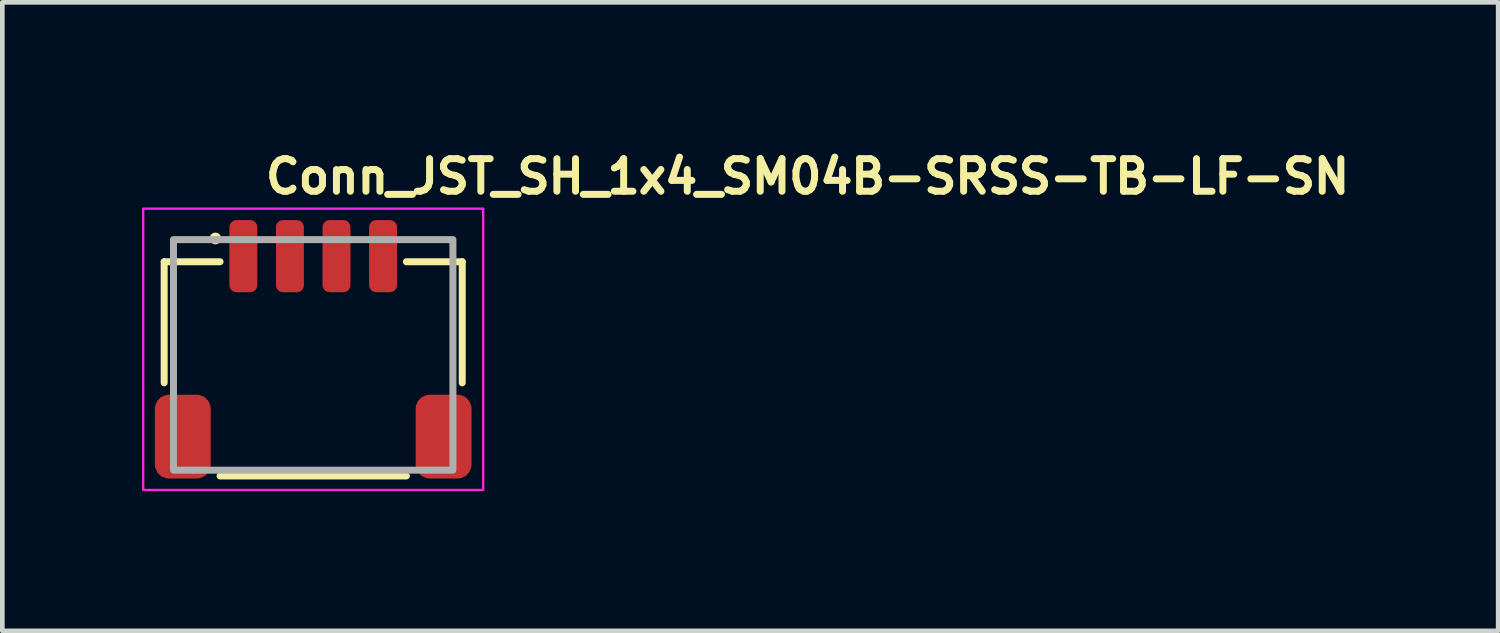
<source format=kicad_pcb>
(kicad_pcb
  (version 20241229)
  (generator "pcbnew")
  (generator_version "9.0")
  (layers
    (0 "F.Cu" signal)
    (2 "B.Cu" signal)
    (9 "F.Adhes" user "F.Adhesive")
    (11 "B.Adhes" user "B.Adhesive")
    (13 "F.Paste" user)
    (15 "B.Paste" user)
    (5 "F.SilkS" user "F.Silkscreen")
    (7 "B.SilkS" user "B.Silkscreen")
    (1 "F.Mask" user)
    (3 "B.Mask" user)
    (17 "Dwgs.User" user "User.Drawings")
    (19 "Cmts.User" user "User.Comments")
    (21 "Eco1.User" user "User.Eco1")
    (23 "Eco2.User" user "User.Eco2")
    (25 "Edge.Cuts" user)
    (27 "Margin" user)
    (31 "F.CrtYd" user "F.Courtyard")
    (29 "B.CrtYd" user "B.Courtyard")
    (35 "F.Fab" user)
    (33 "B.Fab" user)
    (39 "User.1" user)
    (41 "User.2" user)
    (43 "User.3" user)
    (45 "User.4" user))
  (footprint "Conn_JST_SH_1x4_SM04B-SRSS-TB-LF-SN"
    (layer "F.Cu")
    (at 3.675 4.57)
    (property "Reference" "Conn_JST_SH_1x4_SM04B-SRSS-TB-LF-SN" (at -1.1 -3.42 0) (layer "F.SilkS") (effects (font (size 0.7 0.7) (thickness 0.15)) (justify left bottom)))
    (attr smd)
    (fp_line (start -3.2 -2) (end -3.2 0.6) (stroke (width 0.15) (type solid)) (layer "F.SilkS"))
    (fp_line (start -2 -2) (end -3.2 -2) (stroke (width 0.15) (type solid)) (layer "F.SilkS"))
    (fp_line (start -2 2.6) (end 2 2.6) (stroke (width 0.15) (type solid)) (layer "F.SilkS"))
    (fp_line (start 2 -2) (end 3.2 -2) (stroke (width 0.15) (type solid)) (layer "F.SilkS"))
    (fp_line (start 3.2 -2) (end 3.2 0.6) (stroke (width 0.15) (type solid)) (layer "F.SilkS"))
    (fp_circle (center -2.1 -2.5) (end -2.05 -2.5) (stroke (width 0.15) (type solid)) (fill yes) (layer "F.SilkS"))
    (fp_rect (start -3.65 -3.14) (end 3.65 2.9) (stroke (width 0.05) (type solid)) (fill no) (layer "F.CrtYd"))
    (fp_rect (start -3 -2.475) (end 3 2.475) (stroke (width 0.15) (type solid)) (fill no) (layer "F.Fab"))
    (fp_rect (start -3 -2.475) (end 3 2.475) (stroke (width 0.1) (type solid)) (fill no) (layer "User.5"))
    (fp_line (start -3 -1.775) (end -3 -1.225) (stroke (width 0.02) (type solid)) (layer "User.9"))
    (fp_line (start -3 -1.225) (end -3 -0.575) (stroke (width 0.02) (type solid)) (layer "User.9"))
    (fp_line (start -3 -0.575) (end -3 -0.373) (stroke (width 0.02) (type solid)) (layer "User.9"))
    (fp_line (start -3 -0.373) (end -3 2.475) (stroke (width 0.02) (type solid)) (layer "User.9"))
    (fp_line (start -3 2.475) (end -2.76 2.475) (stroke (width 0.02) (type solid)) (layer "User.9"))
    (fp_line (start -2.76 -0.373) (end -3 -0.373) (stroke (width 0.02) (type solid)) (layer "User.9"))
    (fp_line (start -2.76 -0.286) (end -2.76 -0.373) (stroke (width 0.02) (type solid)) (layer "User.9"))
    (fp_line (start -2.76 2.475) (end -2.76 -0.286) (stroke (width 0.02) (type solid)) (layer "User.9"))
    (fp_line (start -2.76 2.475) (end 2.76 2.475) (stroke (width 0.02) (type solid)) (layer "User.9"))
    (fp_line (start -2.5 -1.775) (end -3 -1.775) (stroke (width 0.02) (type solid)) (layer "User.9"))
    (fp_line (start -2.5 -1.775) (end -1.8 -1.775) (stroke (width 0.02) (type solid)) (layer "User.9"))
    (fp_line (start -2.5 -1.225) (end -3 -1.225) (stroke (width 0.02) (type solid)) (layer "User.9"))
    (fp_line (start -2.5 -1.225) (end -2.5 -1.775) (stroke (width 0.02) (type solid)) (layer "User.9"))
    (fp_line (start -2.5 -1.225) (end -2.5 -0.286) (stroke (width 0.02) (type solid)) (layer "User.9"))
    (fp_line (start -2.5 -1.225) (end 2.5 -1.225) (stroke (width 0.02) (type solid)) (layer "User.9"))
    (fp_line (start -2.5 -0.575) (end -3 -0.575) (stroke (width 0.02) (type solid)) (layer "User.9"))
    (fp_line (start -2.5 -0.286) (end -2.76 -0.286) (stroke (width 0.02) (type solid)) (layer "User.9"))
    (fp_line (start -1.6 -2.475) (end -1.6 -2.474) (stroke (width 0.02) (type solid)) (layer "User.9"))
    (fp_line (start -1.6 -2.474) (end -1.6 -2.472) (stroke (width 0.02) (type solid)) (layer "User.9"))
    (fp_line (start -1.6 -2.472) (end -1.6 -2.469) (stroke (width 0.02) (type solid)) (layer "User.9"))
    (fp_line (start -1.6 -2.469) (end -1.6 -2.465) (stroke (width 0.02) (type solid)) (layer "User.9"))
    (fp_line (start -1.6 -2.465) (end -1.6 -2.46) (stroke (width 0.02) (type solid)) (layer "User.9"))
    (fp_line (start -1.6 -2.46) (end -1.6 -2.453) (stroke (width 0.02) (type solid)) (layer "User.9"))
    (fp_line (start -1.6 -2.453) (end -1.6 -2.446) (stroke (width 0.02) (type solid)) (layer "User.9"))
    (fp_line (start -1.6 -2.446) (end -1.6 -2.437) (stroke (width 0.02) (type solid)) (layer "User.9"))
    (fp_line (start -1.6 -2.437) (end -1.6 -2.428) (stroke (width 0.02) (type solid)) (layer "User.9"))
    (fp_line (start -1.6 -2.428) (end -1.6 -2.418) (stroke (width 0.02) (type solid)) (layer "User.9"))
    (fp_line (start -1.6 -2.418) (end -1.6 -2.408) (stroke (width 0.02) (type solid)) (layer "User.9"))
    (fp_line (start -1.6 -2.408) (end -1.6 -2.397) (stroke (width 0.02) (type solid)) (layer "User.9"))
    (fp_line (start -1.6 -2.397) (end -1.6 -2.386) (stroke (width 0.02) (type solid)) (layer "User.9"))
    (fp_line (start -1.6 -2.386) (end -1.6 -2.375) (stroke (width 0.02) (type solid)) (layer "User.9"))
    (fp_line (start -1.6 -2.375) (end -1.6 -1.996) (stroke (width 0.02) (type solid)) (layer "User.9"))
    (fp_line (start -1.6 -1.996) (end -1.6 -1.604) (stroke (width 0.02) (type solid)) (layer "User.9"))
    (fp_line (start -1.6 -1.604) (end -1.6 -1.6) (stroke (width 0.02) (type solid)) (layer "User.9"))
    (fp_line (start -1.6 -1.6) (end -1.6 -1.597) (stroke (width 0.02) (type solid)) (layer "User.9"))
    (fp_line (start -1.6 -1.597) (end -1.6 -1.593) (stroke (width 0.02) (type solid)) (layer "User.9"))
    (fp_line (start -1.6 -1.593) (end -1.6 -1.59) (stroke (width 0.02) (type solid)) (layer "User.9"))
    (fp_line (start -1.6 -1.59) (end -1.6 -1.587) (stroke (width 0.02) (type solid)) (layer "User.9"))
    (fp_line (start -1.6 -1.587) (end -1.6 -1.585) (stroke (width 0.02) (type solid)) (layer "User.9"))
    (fp_line (start -1.6 -1.585) (end -1.6 -1.583) (stroke (width 0.02) (type solid)) (layer "User.9"))
    (fp_line (start -1.6 -1.583) (end -1.6 -1.581) (stroke (width 0.02) (type solid)) (layer "User.9"))
    (fp_line (start -1.6 -1.581) (end -1.6 -1.579) (stroke (width 0.02) (type solid)) (layer "User.9"))
    (fp_line (start -1.6 -1.579) (end -1.6 -1.578) (stroke (width 0.02) (type solid)) (layer "User.9"))
    (fp_line (start -1.6 -1.578) (end -1.6 -1.576) (stroke (width 0.02) (type solid)) (layer "User.9"))
    (fp_line (start -1.6 -1.576) (end -1.6 -1.576) (stroke (width 0.02) (type solid)) (layer "User.9"))
    (fp_line (start -1.6 -1.576) (end -1.6 -1.575) (stroke (width 0.02) (type solid)) (layer "User.9"))
    (fp_line (start -1.6 -1.575) (end -1.8 -1.775) (stroke (width 0.02) (type solid)) (layer "User.9"))
    (fp_line (start -1.6 -1.575) (end -1.6 -1.575) (stroke (width 0.02) (type solid)) (layer "User.9"))
    (fp_line (start -1.6 -1.575) (end -1.6 -1.225) (stroke (width 0.02) (type solid)) (layer "User.9"))
    (fp_line (start -1.6 -1.475) (end -1.6 -1.325) (stroke (width 0.02) (type solid)) (layer "User.9"))
    (fp_line (start -1.4 -2.475) (end -1.6 -2.475) (stroke (width 0.02) (type solid)) (layer "User.9"))
    (fp_line (start -1.4 -2.475) (end -1.4 -2.474) (stroke (width 0.02) (type solid)) (layer "User.9"))
    (fp_line (start -1.4 -2.474) (end -1.4 -2.472) (stroke (width 0.02) (type solid)) (layer "User.9"))
    (fp_line (start -1.4 -2.472) (end -1.4 -2.469) (stroke (width 0.02) (type solid)) (layer "User.9"))
    (fp_line (start -1.4 -2.469) (end -1.4 -2.465) (stroke (width 0.02) (type solid)) (layer "User.9"))
    (fp_line (start -1.4 -2.465) (end -1.4 -2.46) (stroke (width 0.02) (type solid)) (layer "User.9"))
    (fp_line (start -1.4 -2.46) (end -1.4 -2.453) (stroke (width 0.02) (type solid)) (layer "User.9"))
    (fp_line (start -1.4 -2.453) (end -1.4 -2.446) (stroke (width 0.02) (type solid)) (layer "User.9"))
    (fp_line (start -1.4 -2.446) (end -1.4 -2.437) (stroke (width 0.02) (type solid)) (layer "User.9"))
    (fp_line (start -1.4 -2.437) (end -1.4 -2.428) (stroke (width 0.02) (type solid)) (layer "User.9"))
    (fp_line (start -1.4 -2.428) (end -1.4 -2.418) (stroke (width 0.02) (type solid)) (layer "User.9"))
    (fp_line (start -1.4 -2.418) (end -1.4 -2.408) (stroke (width 0.02) (type solid)) (layer "User.9"))
    (fp_line (start -1.4 -2.408) (end -1.4 -2.397) (stroke (width 0.02) (type solid)) (layer "User.9"))
    (fp_line (start -1.4 -2.397) (end -1.4 -2.386) (stroke (width 0.02) (type solid)) (layer "User.9"))
    (fp_line (start -1.4 -2.386) (end -1.4 -2.375) (stroke (width 0.02) (type solid)) (layer "User.9"))
    (fp_line (start -1.4 -2.375) (end -1.6 -2.375) (stroke (width 0.02) (type solid)) (layer "User.9"))
    (fp_line (start -1.4 -2.375) (end -1.4 -1.996) (stroke (width 0.02) (type solid)) (layer "User.9"))
    (fp_line (start -1.4 -1.996) (end -1.6 -1.996) (stroke (width 0.02) (type solid)) (layer "User.9"))
    (fp_line (start -1.4 -1.996) (end -1.4 -1.604) (stroke (width 0.02) (type solid)) (layer "User.9"))
    (fp_line (start -1.4 -1.604) (end -1.6 -1.604) (stroke (width 0.02) (type solid)) (layer "User.9"))
    (fp_line (start -1.4 -1.604) (end -1.4 -1.6) (stroke (width 0.02) (type solid)) (layer "User.9"))
    (fp_line (start -1.4 -1.6) (end -1.4 -1.597) (stroke (width 0.02) (type solid)) (layer "User.9"))
    (fp_line (start -1.4 -1.597) (end -1.4 -1.593) (stroke (width 0.02) (type solid)) (layer "User.9"))
    (fp_line (start -1.4 -1.593) (end -1.4 -1.59) (stroke (width 0.02) (type solid)) (layer "User.9"))
    (fp_line (start -1.4 -1.59) (end -1.4 -1.587) (stroke (width 0.02) (type solid)) (layer "User.9"))
    (fp_line (start -1.4 -1.587) (end -1.4 -1.585) (stroke (width 0.02) (type solid)) (layer "User.9"))
    (fp_line (start -1.4 -1.585) (end -1.4 -1.583) (stroke (width 0.02) (type solid)) (layer "User.9"))
    (fp_line (start -1.4 -1.583) (end -1.4 -1.581) (stroke (width 0.02) (type solid)) (layer "User.9"))
    (fp_line (start -1.4 -1.581) (end -1.4 -1.579) (stroke (width 0.02) (type solid)) (layer "User.9"))
    (fp_line (start -1.4 -1.579) (end -1.4 -1.578) (stroke (width 0.02) (type solid)) (layer "User.9"))
    (fp_line (start -1.4 -1.578) (end -1.4 -1.576) (stroke (width 0.02) (type solid)) (layer "User.9"))
    (fp_line (start -1.4 -1.576) (end -1.4 -1.576) (stroke (width 0.02) (type solid)) (layer "User.9"))
    (fp_line (start -1.4 -1.576) (end -1.4 -1.575) (stroke (width 0.02) (type solid)) (layer "User.9"))
    (fp_line (start -1.4 -1.575) (end -1.6 -1.575) (stroke (width 0.02) (type solid)) (layer "User.9"))
    (fp_line (start -1.4 -1.575) (end -1.4 -1.575) (stroke (width 0.02) (type solid)) (layer "User.9"))
    (fp_line (start -1.4 -1.575) (end -1.4 -1.225) (stroke (width 0.02) (type solid)) (layer "User.9"))
    (fp_line (start -1.4 -1.475) (end -1.6 -1.475) (stroke (width 0.02) (type solid)) (layer "User.9"))
    (fp_line (start -1.4 -1.475) (end -1.4 -1.325) (stroke (width 0.02) (type solid)) (layer "User.9"))
    (fp_line (start -1.4 -1.325) (end -1.6 -1.325) (stroke (width 0.02) (type solid)) (layer "User.9"))
    (fp_line (start -1.2 -1.775) (end -1.4 -1.575) (stroke (width 0.02) (type solid)) (layer "User.9"))
    (fp_line (start -1.2 -1.775) (end -0.8 -1.775) (stroke (width 0.02) (type solid)) (layer "User.9"))
    (fp_line (start -0.6 -2.475) (end -0.6 -2.474) (stroke (width 0.02) (type solid)) (layer "User.9"))
    (fp_line (start -0.6 -2.474) (end -0.6 -2.472) (stroke (width 0.02) (type solid)) (layer "User.9"))
    (fp_line (start -0.6 -2.472) (end -0.6 -2.469) (stroke (width 0.02) (type solid)) (layer "User.9"))
    (fp_line (start -0.6 -2.469) (end -0.6 -2.465) (stroke (width 0.02) (type solid)) (layer "User.9"))
    (fp_line (start -0.6 -2.465) (end -0.6 -2.46) (stroke (width 0.02) (type solid)) (layer "User.9"))
    (fp_line (start -0.6 -2.46) (end -0.6 -2.453) (stroke (width 0.02) (type solid)) (layer "User.9"))
    (fp_line (start -0.6 -2.453) (end -0.6 -2.446) (stroke (width 0.02) (type solid)) (layer "User.9"))
    (fp_line (start -0.6 -2.446) (end -0.6 -2.437) (stroke (width 0.02) (type solid)) (layer "User.9"))
    (fp_line (start -0.6 -2.437) (end -0.6 -2.428) (stroke (width 0.02) (type solid)) (layer "User.9"))
    (fp_line (start -0.6 -2.428) (end -0.6 -2.418) (stroke (width 0.02) (type solid)) (layer "User.9"))
    (fp_line (start -0.6 -2.418) (end -0.6 -2.408) (stroke (width 0.02) (type solid)) (layer "User.9"))
    (fp_line (start -0.6 -2.408) (end -0.6 -2.397) (stroke (width 0.02) (type solid)) (layer "User.9"))
    (fp_line (start -0.6 -2.397) (end -0.6 -2.386) (stroke (width 0.02) (type solid)) (layer "User.9"))
    (fp_line (start -0.6 -2.386) (end -0.6 -2.375) (stroke (width 0.02) (type solid)) (layer "User.9"))
    (fp_line (start -0.6 -2.375) (end -0.6 -1.996) (stroke (width 0.02) (type solid)) (layer "User.9"))
    (fp_line (start -0.6 -1.996) (end -0.6 -1.604) (stroke (width 0.02) (type solid)) (layer "User.9"))
    (fp_line (start -0.6 -1.604) (end -0.6 -1.6) (stroke (width 0.02) (type solid)) (layer "User.9"))
    (fp_line (start -0.6 -1.6) (end -0.6 -1.597) (stroke (width 0.02) (type solid)) (layer "User.9"))
    (fp_line (start -0.6 -1.597) (end -0.6 -1.593) (stroke (width 0.02) (type solid)) (layer "User.9"))
    (fp_line (start -0.6 -1.593) (end -0.6 -1.59) (stroke (width 0.02) (type solid)) (layer "User.9"))
    (fp_line (start -0.6 -1.59) (end -0.6 -1.587) (stroke (width 0.02) (type solid)) (layer "User.9"))
    (fp_line (start -0.6 -1.587) (end -0.6 -1.585) (stroke (width 0.02) (type solid)) (layer "User.9"))
    (fp_line (start -0.6 -1.585) (end -0.6 -1.583) (stroke (width 0.02) (type solid)) (layer "User.9"))
    (fp_line (start -0.6 -1.583) (end -0.6 -1.581) (stroke (width 0.02) (type solid)) (layer "User.9"))
    (fp_line (start -0.6 -1.581) (end -0.6 -1.579) (stroke (width 0.02) (type solid)) (layer "User.9"))
    (fp_line (start -0.6 -1.579) (end -0.6 -1.578) (stroke (width 0.02) (type solid)) (layer "User.9"))
    (fp_line (start -0.6 -1.578) (end -0.6 -1.576) (stroke (width 0.02) (type solid)) (layer "User.9"))
    (fp_line (start -0.6 -1.576) (end -0.6 -1.576) (stroke (width 0.02) (type solid)) (layer "User.9"))
    (fp_line (start -0.6 -1.576) (end -0.6 -1.575) (stroke (width 0.02) (type solid)) (layer "User.9"))
    (fp_line (start -0.6 -1.575) (end -0.8 -1.775) (stroke (width 0.02) (type solid)) (layer "User.9"))
    (fp_line (start -0.6 -1.575) (end -0.6 -1.575) (stroke (width 0.02) (type solid)) (layer "User.9"))
    (fp_line (start -0.6 -1.575) (end -0.6 -1.225) (stroke (width 0.02) (type solid)) (layer "User.9"))
    (fp_line (start -0.6 -1.475) (end -0.6 -1.325) (stroke (width 0.02) (type solid)) (layer "User.9"))
    (fp_line (start -0.4 -2.475) (end -0.6 -2.475) (stroke (width 0.02) (type solid)) (layer "User.9"))
    (fp_line (start -0.4 -2.475) (end -0.4 -2.474) (stroke (width 0.02) (type solid)) (layer "User.9"))
    (fp_line (start -0.4 -2.474) (end -0.4 -2.472) (stroke (width 0.02) (type solid)) (layer "User.9"))
    (fp_line (start -0.4 -2.472) (end -0.4 -2.469) (stroke (width 0.02) (type solid)) (layer "User.9"))
    (fp_line (start -0.4 -2.469) (end -0.4 -2.465) (stroke (width 0.02) (type solid)) (layer "User.9"))
    (fp_line (start -0.4 -2.465) (end -0.4 -2.46) (stroke (width 0.02) (type solid)) (layer "User.9"))
    (fp_line (start -0.4 -2.46) (end -0.4 -2.453) (stroke (width 0.02) (type solid)) (layer "User.9"))
    (fp_line (start -0.4 -2.453) (end -0.4 -2.446) (stroke (width 0.02) (type solid)) (layer "User.9"))
    (fp_line (start -0.4 -2.446) (end -0.4 -2.437) (stroke (width 0.02) (type solid)) (layer "User.9"))
    (fp_line (start -0.4 -2.437) (end -0.4 -2.428) (stroke (width 0.02) (type solid)) (layer "User.9"))
    (fp_line (start -0.4 -2.428) (end -0.4 -2.418) (stroke (width 0.02) (type solid)) (layer "User.9"))
    (fp_line (start -0.4 -2.418) (end -0.4 -2.408) (stroke (width 0.02) (type solid)) (layer "User.9"))
    (fp_line (start -0.4 -2.408) (end -0.4 -2.397) (stroke (width 0.02) (type solid)) (layer "User.9"))
    (fp_line (start -0.4 -2.397) (end -0.4 -2.386) (stroke (width 0.02) (type solid)) (layer "User.9"))
    (fp_line (start -0.4 -2.386) (end -0.4 -2.375) (stroke (width 0.02) (type solid)) (layer "User.9"))
    (fp_line (start -0.4 -2.375) (end -0.6 -2.375) (stroke (width 0.02) (type solid)) (layer "User.9"))
    (fp_line (start -0.4 -2.375) (end -0.4 -1.996) (stroke (width 0.02) (type solid)) (layer "User.9"))
    (fp_line (start -0.4 -1.996) (end -0.6 -1.996) (stroke (width 0.02) (type solid)) (layer "User.9"))
    (fp_line (start -0.4 -1.996) (end -0.4 -1.604) (stroke (width 0.02) (type solid)) (layer "User.9"))
    (fp_line (start -0.4 -1.604) (end -0.6 -1.604) (stroke (width 0.02) (type solid)) (layer "User.9"))
    (fp_line (start -0.4 -1.604) (end -0.4 -1.6) (stroke (width 0.02) (type solid)) (layer "User.9"))
    (fp_line (start -0.4 -1.6) (end -0.4 -1.597) (stroke (width 0.02) (type solid)) (layer "User.9"))
    (fp_line (start -0.4 -1.597) (end -0.4 -1.593) (stroke (width 0.02) (type solid)) (layer "User.9"))
    (fp_line (start -0.4 -1.593) (end -0.4 -1.59) (stroke (width 0.02) (type solid)) (layer "User.9"))
    (fp_line (start -0.4 -1.59) (end -0.4 -1.587) (stroke (width 0.02) (type solid)) (layer "User.9"))
    (fp_line (start -0.4 -1.587) (end -0.4 -1.585) (stroke (width 0.02) (type solid)) (layer "User.9"))
    (fp_line (start -0.4 -1.585) (end -0.4 -1.583) (stroke (width 0.02) (type solid)) (layer "User.9"))
    (fp_line (start -0.4 -1.583) (end -0.4 -1.581) (stroke (width 0.02) (type solid)) (layer "User.9"))
    (fp_line (start -0.4 -1.581) (end -0.4 -1.579) (stroke (width 0.02) (type solid)) (layer "User.9"))
    (fp_line (start -0.4 -1.579) (end -0.4 -1.578) (stroke (width 0.02) (type solid)) (layer "User.9"))
    (fp_line (start -0.4 -1.578) (end -0.4 -1.576) (stroke (width 0.02) (type solid)) (layer "User.9"))
    (fp_line (start -0.4 -1.576) (end -0.4 -1.576) (stroke (width 0.02) (type solid)) (layer "User.9"))
    (fp_line (start -0.4 -1.576) (end -0.4 -1.575) (stroke (width 0.02) (type solid)) (layer "User.9"))
    (fp_line (start -0.4 -1.575) (end -0.6 -1.575) (stroke (width 0.02) (type solid)) (layer "User.9"))
    (fp_line (start -0.4 -1.575) (end -0.4 -1.575) (stroke (width 0.02) (type solid)) (layer "User.9"))
    (fp_line (start -0.4 -1.575) (end -0.4 -1.225) (stroke (width 0.02) (type solid)) (layer "User.9"))
    (fp_line (start -0.4 -1.475) (end -0.6 -1.475) (stroke (width 0.02) (type solid)) (layer "User.9"))
    (fp_line (start -0.4 -1.475) (end -0.4 -1.325) (stroke (width 0.02) (type solid)) (layer "User.9"))
    (fp_line (start -0.4 -1.325) (end -0.6 -1.325) (stroke (width 0.02) (type solid)) (layer "User.9"))
    (fp_line (start -0.2 -1.775) (end -0.4 -1.575) (stroke (width 0.02) (type solid)) (layer "User.9"))
    (fp_line (start -0.2 -1.775) (end 0.2 -1.775) (stroke (width 0.02) (type solid)) (layer "User.9"))
    (fp_line (start 0.4 -2.475) (end 0.4 -2.474) (stroke (width 0.02) (type solid)) (layer "User.9"))
    (fp_line (start 0.4 -2.474) (end 0.4 -2.472) (stroke (width 0.02) (type solid)) (layer "User.9"))
    (fp_line (start 0.4 -2.472) (end 0.4 -2.469) (stroke (width 0.02) (type solid)) (layer "User.9"))
    (fp_line (start 0.4 -2.469) (end 0.4 -2.465) (stroke (width 0.02) (type solid)) (layer "User.9"))
    (fp_line (start 0.4 -2.465) (end 0.4 -2.46) (stroke (width 0.02) (type solid)) (layer "User.9"))
    (fp_line (start 0.4 -2.46) (end 0.4 -2.453) (stroke (width 0.02) (type solid)) (layer "User.9"))
    (fp_line (start 0.4 -2.453) (end 0.4 -2.446) (stroke (width 0.02) (type solid)) (layer "User.9"))
    (fp_line (start 0.4 -2.446) (end 0.4 -2.437) (stroke (width 0.02) (type solid)) (layer "User.9"))
    (fp_line (start 0.4 -2.437) (end 0.4 -2.428) (stroke (width 0.02) (type solid)) (layer "User.9"))
    (fp_line (start 0.4 -2.428) (end 0.4 -2.418) (stroke (width 0.02) (type solid)) (layer "User.9"))
    (fp_line (start 0.4 -2.418) (end 0.4 -2.408) (stroke (width 0.02) (type solid)) (layer "User.9"))
    (fp_line (start 0.4 -2.408) (end 0.4 -2.397) (stroke (width 0.02) (type solid)) (layer "User.9"))
    (fp_line (start 0.4 -2.397) (end 0.4 -2.386) (stroke (width 0.02) (type solid)) (layer "User.9"))
    (fp_line (start 0.4 -2.386) (end 0.4 -2.375) (stroke (width 0.02) (type solid)) (layer "User.9"))
    (fp_line (start 0.4 -2.375) (end 0.4 -1.996) (stroke (width 0.02) (type solid)) (layer "User.9"))
    (fp_line (start 0.4 -1.996) (end 0.4 -1.604) (stroke (width 0.02) (type solid)) (layer "User.9"))
    (fp_line (start 0.4 -1.604) (end 0.4 -1.6) (stroke (width 0.02) (type solid)) (layer "User.9"))
    (fp_line (start 0.4 -1.6) (end 0.4 -1.597) (stroke (width 0.02) (type solid)) (layer "User.9"))
    (fp_line (start 0.4 -1.597) (end 0.4 -1.593) (stroke (width 0.02) (type solid)) (layer "User.9"))
    (fp_line (start 0.4 -1.593) (end 0.4 -1.59) (stroke (width 0.02) (type solid)) (layer "User.9"))
    (fp_line (start 0.4 -1.59) (end 0.4 -1.587) (stroke (width 0.02) (type solid)) (layer "User.9"))
    (fp_line (start 0.4 -1.587) (end 0.4 -1.585) (stroke (width 0.02) (type solid)) (layer "User.9"))
    (fp_line (start 0.4 -1.585) (end 0.4 -1.583) (stroke (width 0.02) (type solid)) (layer "User.9"))
    (fp_line (start 0.4 -1.583) (end 0.4 -1.581) (stroke (width 0.02) (type solid)) (layer "User.9"))
    (fp_line (start 0.4 -1.581) (end 0.4 -1.579) (stroke (width 0.02) (type solid)) (layer "User.9"))
    (fp_line (start 0.4 -1.579) (end 0.4 -1.578) (stroke (width 0.02) (type solid)) (layer "User.9"))
    (fp_line (start 0.4 -1.578) (end 0.4 -1.576) (stroke (width 0.02) (type solid)) (layer "User.9"))
    (fp_line (start 0.4 -1.576) (end 0.4 -1.576) (stroke (width 0.02) (type solid)) (layer "User.9"))
    (fp_line (start 0.4 -1.576) (end 0.4 -1.575) (stroke (width 0.02) (type solid)) (layer "User.9"))
    (fp_line (start 0.4 -1.575) (end 0.2 -1.775) (stroke (width 0.02) (type solid)) (layer "User.9"))
    (fp_line (start 0.4 -1.575) (end 0.4 -1.575) (stroke (width 0.02) (type solid)) (layer "User.9"))
    (fp_line (start 0.4 -1.575) (end 0.4 -1.225) (stroke (width 0.02) (type solid)) (layer "User.9"))
    (fp_line (start 0.4 -1.475) (end 0.4 -1.325) (stroke (width 0.02) (type solid)) (layer "User.9"))
    (fp_line (start 0.6 -2.475) (end 0.4 -2.475) (stroke (width 0.02) (type solid)) (layer "User.9"))
    (fp_line (start 0.6 -2.475) (end 0.6 -2.474) (stroke (width 0.02) (type solid)) (layer "User.9"))
    (fp_line (start 0.6 -2.474) (end 0.6 -2.472) (stroke (width 0.02) (type solid)) (layer "User.9"))
    (fp_line (start 0.6 -2.472) (end 0.6 -2.469) (stroke (width 0.02) (type solid)) (layer "User.9"))
    (fp_line (start 0.6 -2.469) (end 0.6 -2.465) (stroke (width 0.02) (type solid)) (layer "User.9"))
    (fp_line (start 0.6 -2.465) (end 0.6 -2.46) (stroke (width 0.02) (type solid)) (layer "User.9"))
    (fp_line (start 0.6 -2.46) (end 0.6 -2.453) (stroke (width 0.02) (type solid)) (layer "User.9"))
    (fp_line (start 0.6 -2.453) (end 0.6 -2.446) (stroke (width 0.02) (type solid)) (layer "User.9"))
    (fp_line (start 0.6 -2.446) (end 0.6 -2.437) (stroke (width 0.02) (type solid)) (layer "User.9"))
    (fp_line (start 0.6 -2.437) (end 0.6 -2.428) (stroke (width 0.02) (type solid)) (layer "User.9"))
    (fp_line (start 0.6 -2.428) (end 0.6 -2.418) (stroke (width 0.02) (type solid)) (layer "User.9"))
    (fp_line (start 0.6 -2.418) (end 0.6 -2.408) (stroke (width 0.02) (type solid)) (layer "User.9"))
    (fp_line (start 0.6 -2.408) (end 0.6 -2.397) (stroke (width 0.02) (type solid)) (layer "User.9"))
    (fp_line (start 0.6 -2.397) (end 0.6 -2.386) (stroke (width 0.02) (type solid)) (layer "User.9"))
    (fp_line (start 0.6 -2.386) (end 0.6 -2.375) (stroke (width 0.02) (type solid)) (layer "User.9"))
    (fp_line (start 0.6 -2.375) (end 0.4 -2.375) (stroke (width 0.02) (type solid)) (layer "User.9"))
    (fp_line (start 0.6 -2.375) (end 0.6 -1.996) (stroke (width 0.02) (type solid)) (layer "User.9"))
    (fp_line (start 0.6 -1.996) (end 0.4 -1.996) (stroke (width 0.02) (type solid)) (layer "User.9"))
    (fp_line (start 0.6 -1.996) (end 0.6 -1.604) (stroke (width 0.02) (type solid)) (layer "User.9"))
    (fp_line (start 0.6 -1.604) (end 0.4 -1.604) (stroke (width 0.02) (type solid)) (layer "User.9"))
    (fp_line (start 0.6 -1.604) (end 0.6 -1.6) (stroke (width 0.02) (type solid)) (layer "User.9"))
    (fp_line (start 0.6 -1.6) (end 0.6 -1.597) (stroke (width 0.02) (type solid)) (layer "User.9"))
    (fp_line (start 0.6 -1.597) (end 0.6 -1.593) (stroke (width 0.02) (type solid)) (layer "User.9"))
    (fp_line (start 0.6 -1.593) (end 0.6 -1.59) (stroke (width 0.02) (type solid)) (layer "User.9"))
    (fp_line (start 0.6 -1.59) (end 0.6 -1.587) (stroke (width 0.02) (type solid)) (layer "User.9"))
    (fp_line (start 0.6 -1.587) (end 0.6 -1.585) (stroke (width 0.02) (type solid)) (layer "User.9"))
    (fp_line (start 0.6 -1.585) (end 0.6 -1.583) (stroke (width 0.02) (type solid)) (layer "User.9"))
    (fp_line (start 0.6 -1.583) (end 0.6 -1.581) (stroke (width 0.02) (type solid)) (layer "User.9"))
    (fp_line (start 0.6 -1.581) (end 0.6 -1.579) (stroke (width 0.02) (type solid)) (layer "User.9"))
    (fp_line (start 0.6 -1.579) (end 0.6 -1.578) (stroke (width 0.02) (type solid)) (layer "User.9"))
    (fp_line (start 0.6 -1.578) (end 0.6 -1.576) (stroke (width 0.02) (type solid)) (layer "User.9"))
    (fp_line (start 0.6 -1.576) (end 0.6 -1.576) (stroke (width 0.02) (type solid)) (layer "User.9"))
    (fp_line (start 0.6 -1.576) (end 0.6 -1.575) (stroke (width 0.02) (type solid)) (layer "User.9"))
    (fp_line (start 0.6 -1.575) (end 0.4 -1.575) (stroke (width 0.02) (type solid)) (layer "User.9"))
    (fp_line (start 0.6 -1.575) (end 0.6 -1.575) (stroke (width 0.02) (type solid)) (layer "User.9"))
    (fp_line (start 0.6 -1.575) (end 0.6 -1.225) (stroke (width 0.02) (type solid)) (layer "User.9"))
    (fp_line (start 0.6 -1.475) (end 0.4 -1.475) (stroke (width 0.02) (type solid)) (layer "User.9"))
    (fp_line (start 0.6 -1.475) (end 0.6 -1.325) (stroke (width 0.02) (type solid)) (layer "User.9"))
    (fp_line (start 0.6 -1.325) (end 0.4 -1.325) (stroke (width 0.02) (type solid)) (layer "User.9"))
    (fp_line (start 0.8 -1.775) (end 0.6 -1.575) (stroke (width 0.02) (type solid)) (layer "User.9"))
    (fp_line (start 0.8 -1.775) (end 1.2 -1.775) (stroke (width 0.02) (type solid)) (layer "User.9"))
    (fp_line (start 1.4 -2.475) (end 1.4 -2.474) (stroke (width 0.02) (type solid)) (layer "User.9"))
    (fp_line (start 1.4 -2.474) (end 1.4 -2.472) (stroke (width 0.02) (type solid)) (layer "User.9"))
    (fp_line (start 1.4 -2.472) (end 1.4 -2.469) (stroke (width 0.02) (type solid)) (layer "User.9"))
    (fp_line (start 1.4 -2.469) (end 1.4 -2.465) (stroke (width 0.02) (type solid)) (layer "User.9"))
    (fp_line (start 1.4 -2.465) (end 1.4 -2.46) (stroke (width 0.02) (type solid)) (layer "User.9"))
    (fp_line (start 1.4 -2.46) (end 1.4 -2.453) (stroke (width 0.02) (type solid)) (layer "User.9"))
    (fp_line (start 1.4 -2.453) (end 1.4 -2.446) (stroke (width 0.02) (type solid)) (layer "User.9"))
    (fp_line (start 1.4 -2.446) (end 1.4 -2.437) (stroke (width 0.02) (type solid)) (layer "User.9"))
    (fp_line (start 1.4 -2.437) (end 1.4 -2.428) (stroke (width 0.02) (type solid)) (layer "User.9"))
    (fp_line (start 1.4 -2.428) (end 1.4 -2.418) (stroke (width 0.02) (type solid)) (layer "User.9"))
    (fp_line (start 1.4 -2.418) (end 1.4 -2.408) (stroke (width 0.02) (type solid)) (layer "User.9"))
    (fp_line (start 1.4 -2.408) (end 1.4 -2.397) (stroke (width 0.02) (type solid)) (layer "User.9"))
    (fp_line (start 1.4 -2.397) (end 1.4 -2.386) (stroke (width 0.02) (type solid)) (layer "User.9"))
    (fp_line (start 1.4 -2.386) (end 1.4 -2.375) (stroke (width 0.02) (type solid)) (layer "User.9"))
    (fp_line (start 1.4 -2.375) (end 1.4 -1.996) (stroke (width 0.02) (type solid)) (layer "User.9"))
    (fp_line (start 1.4 -1.996) (end 1.4 -1.604) (stroke (width 0.02) (type solid)) (layer "User.9"))
    (fp_line (start 1.4 -1.604) (end 1.4 -1.6) (stroke (width 0.02) (type solid)) (layer "User.9"))
    (fp_line (start 1.4 -1.6) (end 1.4 -1.597) (stroke (width 0.02) (type solid)) (layer "User.9"))
    (fp_line (start 1.4 -1.597) (end 1.4 -1.593) (stroke (width 0.02) (type solid)) (layer "User.9"))
    (fp_line (start 1.4 -1.593) (end 1.4 -1.59) (stroke (width 0.02) (type solid)) (layer "User.9"))
    (fp_line (start 1.4 -1.59) (end 1.4 -1.587) (stroke (width 0.02) (type solid)) (layer "User.9"))
    (fp_line (start 1.4 -1.587) (end 1.4 -1.585) (stroke (width 0.02) (type solid)) (layer "User.9"))
    (fp_line (start 1.4 -1.585) (end 1.4 -1.583) (stroke (width 0.02) (type solid)) (layer "User.9"))
    (fp_line (start 1.4 -1.583) (end 1.4 -1.581) (stroke (width 0.02) (type solid)) (layer "User.9"))
    (fp_line (start 1.4 -1.581) (end 1.4 -1.579) (stroke (width 0.02) (type solid)) (layer "User.9"))
    (fp_line (start 1.4 -1.579) (end 1.4 -1.578) (stroke (width 0.02) (type solid)) (layer "User.9"))
    (fp_line (start 1.4 -1.578) (end 1.4 -1.576) (stroke (width 0.02) (type solid)) (layer "User.9"))
    (fp_line (start 1.4 -1.576) (end 1.4 -1.576) (stroke (width 0.02) (type solid)) (layer "User.9"))
    (fp_line (start 1.4 -1.576) (end 1.4 -1.575) (stroke (width 0.02) (type solid)) (layer "User.9"))
    (fp_line (start 1.4 -1.575) (end 1.2 -1.775) (stroke (width 0.02) (type solid)) (layer "User.9"))
    (fp_line (start 1.4 -1.575) (end 1.4 -1.575) (stroke (width 0.02) (type solid)) (layer "User.9"))
    (fp_line (start 1.4 -1.575) (end 1.4 -1.225) (stroke (width 0.02) (type solid)) (layer "User.9"))
    (fp_line (start 1.4 -1.475) (end 1.4 -1.325) (stroke (width 0.02) (type solid)) (layer "User.9"))
    (fp_line (start 1.6 -2.475) (end 1.4 -2.475) (stroke (width 0.02) (type solid)) (layer "User.9"))
    (fp_line (start 1.6 -2.475) (end 1.6 -2.474) (stroke (width 0.02) (type solid)) (layer "User.9"))
    (fp_line (start 1.6 -2.474) (end 1.6 -2.472) (stroke (width 0.02) (type solid)) (layer "User.9"))
    (fp_line (start 1.6 -2.472) (end 1.6 -2.469) (stroke (width 0.02) (type solid)) (layer "User.9"))
    (fp_line (start 1.6 -2.469) (end 1.6 -2.465) (stroke (width 0.02) (type solid)) (layer "User.9"))
    (fp_line (start 1.6 -2.465) (end 1.6 -2.46) (stroke (width 0.02) (type solid)) (layer "User.9"))
    (fp_line (start 1.6 -2.46) (end 1.6 -2.453) (stroke (width 0.02) (type solid)) (layer "User.9"))
    (fp_line (start 1.6 -2.453) (end 1.6 -2.446) (stroke (width 0.02) (type solid)) (layer "User.9"))
    (fp_line (start 1.6 -2.446) (end 1.6 -2.437) (stroke (width 0.02) (type solid)) (layer "User.9"))
    (fp_line (start 1.6 -2.437) (end 1.6 -2.428) (stroke (width 0.02) (type solid)) (layer "User.9"))
    (fp_line (start 1.6 -2.428) (end 1.6 -2.418) (stroke (width 0.02) (type solid)) (layer "User.9"))
    (fp_line (start 1.6 -2.418) (end 1.6 -2.408) (stroke (width 0.02) (type solid)) (layer "User.9"))
    (fp_line (start 1.6 -2.408) (end 1.6 -2.397) (stroke (width 0.02) (type solid)) (layer "User.9"))
    (fp_line (start 1.6 -2.397) (end 1.6 -2.386) (stroke (width 0.02) (type solid)) (layer "User.9"))
    (fp_line (start 1.6 -2.386) (end 1.6 -2.375) (stroke (width 0.02) (type solid)) (layer "User.9"))
    (fp_line (start 1.6 -2.375) (end 1.4 -2.375) (stroke (width 0.02) (type solid)) (layer "User.9"))
    (fp_line (start 1.6 -2.375) (end 1.6 -1.996) (stroke (width 0.02) (type solid)) (layer "User.9"))
    (fp_line (start 1.6 -1.996) (end 1.4 -1.996) (stroke (width 0.02) (type solid)) (layer "User.9"))
    (fp_line (start 1.6 -1.996) (end 1.6 -1.604) (stroke (width 0.02) (type solid)) (layer "User.9"))
    (fp_line (start 1.6 -1.604) (end 1.4 -1.604) (stroke (width 0.02) (type solid)) (layer "User.9"))
    (fp_line (start 1.6 -1.604) (end 1.6 -1.6) (stroke (width 0.02) (type solid)) (layer "User.9"))
    (fp_line (start 1.6 -1.6) (end 1.6 -1.597) (stroke (width 0.02) (type solid)) (layer "User.9"))
    (fp_line (start 1.6 -1.597) (end 1.6 -1.593) (stroke (width 0.02) (type solid)) (layer "User.9"))
    (fp_line (start 1.6 -1.593) (end 1.6 -1.59) (stroke (width 0.02) (type solid)) (layer "User.9"))
    (fp_line (start 1.6 -1.59) (end 1.6 -1.587) (stroke (width 0.02) (type solid)) (layer "User.9"))
    (fp_line (start 1.6 -1.587) (end 1.6 -1.585) (stroke (width 0.02) (type solid)) (layer "User.9"))
    (fp_line (start 1.6 -1.585) (end 1.6 -1.583) (stroke (width 0.02) (type solid)) (layer "User.9"))
    (fp_line (start 1.6 -1.583) (end 1.6 -1.581) (stroke (width 0.02) (type solid)) (layer "User.9"))
    (fp_line (start 1.6 -1.581) (end 1.6 -1.579) (stroke (width 0.02) (type solid)) (layer "User.9"))
    (fp_line (start 1.6 -1.579) (end 1.6 -1.578) (stroke (width 0.02) (type solid)) (layer "User.9"))
    (fp_line (start 1.6 -1.578) (end 1.6 -1.576) (stroke (width 0.02) (type solid)) (layer "User.9"))
    (fp_line (start 1.6 -1.576) (end 1.6 -1.576) (stroke (width 0.02) (type solid)) (layer "User.9"))
    (fp_line (start 1.6 -1.576) (end 1.6 -1.575) (stroke (width 0.02) (type solid)) (layer "User.9"))
    (fp_line (start 1.6 -1.575) (end 1.4 -1.575) (stroke (width 0.02) (type solid)) (layer "User.9"))
    (fp_line (start 1.6 -1.575) (end 1.6 -1.575) (stroke (width 0.02) (type solid)) (layer "User.9"))
    (fp_line (start 1.6 -1.575) (end 1.6 -1.225) (stroke (width 0.02) (type solid)) (layer "User.9"))
    (fp_line (start 1.6 -1.475) (end 1.4 -1.475) (stroke (width 0.02) (type solid)) (layer "User.9"))
    (fp_line (start 1.6 -1.475) (end 1.6 -1.325) (stroke (width 0.02) (type solid)) (layer "User.9"))
    (fp_line (start 1.6 -1.325) (end 1.4 -1.325) (stroke (width 0.02) (type solid)) (layer "User.9"))
    (fp_line (start 1.8 -1.775) (end 1.6 -1.575) (stroke (width 0.02) (type solid)) (layer "User.9"))
    (fp_line (start 1.8 -1.775) (end 2.5 -1.775) (stroke (width 0.02) (type solid)) (layer "User.9"))
    (fp_line (start 2.5 -1.225) (end 2.5 -1.775) (stroke (width 0.02) (type solid)) (layer "User.9"))
    (fp_line (start 2.5 -1.225) (end 3 -1.225) (stroke (width 0.02) (type solid)) (layer "User.9"))
    (fp_line (start 2.5 -0.575) (end 3 -0.575) (stroke (width 0.02) (type solid)) (layer "User.9"))
    (fp_line (start 2.5 -0.286) (end 2.5 -1.225) (stroke (width 0.02) (type solid)) (layer "User.9"))
    (fp_line (start 2.76 -0.373) (end 3 -0.373) (stroke (width 0.02) (type solid)) (layer "User.9"))
    (fp_line (start 2.76 -0.286) (end 2.5 -0.286) (stroke (width 0.02) (type solid)) (layer "User.9"))
    (fp_line (start 2.76 -0.286) (end 2.76 -0.373) (stroke (width 0.02) (type solid)) (layer "User.9"))
    (fp_line (start 2.76 -0.286) (end 2.76 2.475) (stroke (width 0.02) (type solid)) (layer "User.9"))
    (fp_line (start 2.76 2.475) (end 3 2.475) (stroke (width 0.02) (type solid)) (layer "User.9"))
    (fp_line (start 3 -1.775) (end 2.5 -1.775) (stroke (width 0.02) (type solid)) (layer "User.9"))
    (fp_line (start 3 -1.225) (end 3 -1.775) (stroke (width 0.02) (type solid)) (layer "User.9"))
    (fp_line (start 3 -0.575) (end 3 -1.225) (stroke (width 0.02) (type solid)) (layer "User.9"))
    (fp_line (start 3 -0.575) (end 3 -0.373) (stroke (width 0.02) (type solid)) (layer "User.9"))
    (fp_line (start 3 -0.373) (end 3 2.475) (stroke (width 0.02) (type solid)) (layer "User.9"))
    (pad "1" smd roundrect (at -1.5 -2.12 180) (size 0.6 1.55) (layers "F.Cu" "F.Mask" "F.Paste") (roundrect_rratio 0.25))
    (pad "2" smd roundrect (at -0.5 -2.12 180) (size 0.6 1.55) (layers "F.Cu" "F.Mask" "F.Paste") (roundrect_rratio 0.25))
    (pad "3" smd roundrect (at 0.5 -2.12 180) (size 0.6 1.55) (layers "F.Cu" "F.Mask" "F.Paste") (roundrect_rratio 0.25))
    (pad "4" smd roundrect (at 1.5 -2.12 180) (size 0.6 1.55) (layers "F.Cu" "F.Mask" "F.Paste") (roundrect_rratio 0.25))
    (pad "MP" smd roundrect (at -2.8 1.755) (size 1.2 1.8) (layers "F.Cu" "F.Mask" "F.Paste") (roundrect_rratio 0.25))
    (pad "MP" smd roundrect (at 2.8 1.755) (size 1.2 1.8) (layers "F.Cu" "F.Mask" "F.Paste") (roundrect_rratio 0.25)))
  (gr_rect
    (start -3 -3)
    (end 29.118 10.495)
    (stroke (width 0.1) (type default))
    (fill no)
    (layer "Edge.Cuts")))
</source>
